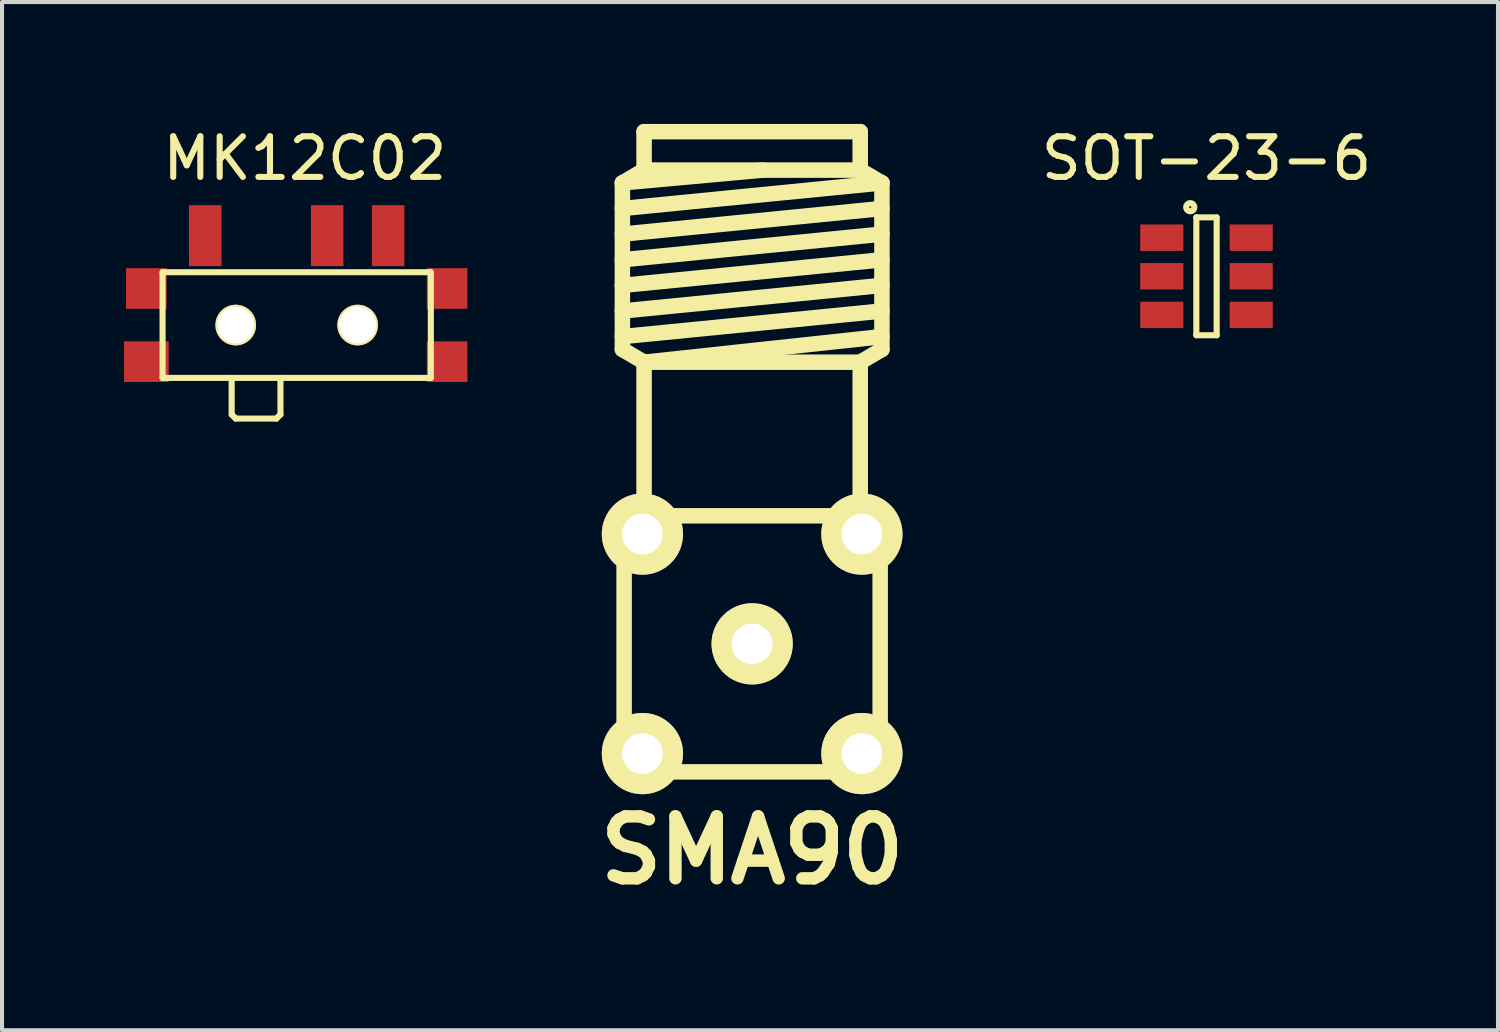
<source format=kicad_pcb>
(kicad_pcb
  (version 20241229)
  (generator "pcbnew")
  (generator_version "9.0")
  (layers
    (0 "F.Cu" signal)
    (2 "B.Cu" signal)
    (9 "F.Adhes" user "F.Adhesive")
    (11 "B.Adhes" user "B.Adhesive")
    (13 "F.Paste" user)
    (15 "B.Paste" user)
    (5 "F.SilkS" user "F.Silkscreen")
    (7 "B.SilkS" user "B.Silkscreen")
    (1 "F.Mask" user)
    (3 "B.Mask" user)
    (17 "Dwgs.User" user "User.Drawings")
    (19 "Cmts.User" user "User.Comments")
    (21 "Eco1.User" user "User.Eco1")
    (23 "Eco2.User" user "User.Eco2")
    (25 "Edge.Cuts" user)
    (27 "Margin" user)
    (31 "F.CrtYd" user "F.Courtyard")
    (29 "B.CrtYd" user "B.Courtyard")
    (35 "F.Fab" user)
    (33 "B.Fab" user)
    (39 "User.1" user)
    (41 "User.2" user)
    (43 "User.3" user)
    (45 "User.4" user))
  (footprint "MK12C02"
    (layer "F.Cu")
    (at 4.25 4.948)
    (property "Reference" "MK12C02" (at 0.2 -4.1 0) (layer "F.SilkS") (effects (font (size 1 1) (thickness 0.15))))
    (attr through_hole)
    (fp_line (start -3.3 -1.3) (end 3.3 -1.3) (stroke (width 0.15) (type solid)) (layer "F.SilkS"))
    (fp_line (start -3.3 1.3) (end -3.3 -1.3) (stroke (width 0.15) (type solid)) (layer "F.SilkS"))
    (fp_line (start -3.2 1.3) (end -3.3 1.3) (stroke (width 0.15) (type solid)) (layer "F.SilkS"))
    (fp_line (start -1.6 1.3) (end -1.6 2.2) (stroke (width 0.15) (type solid)) (layer "F.SilkS"))
    (fp_line (start -1.6 2.2) (end -1.5 2.3) (stroke (width 0.15) (type solid)) (layer "F.SilkS"))
    (fp_line (start -1.5 2.3) (end -0.5 2.3) (stroke (width 0.15) (type solid)) (layer "F.SilkS"))
    (fp_line (start -0.5 2.3) (end -0.4 2.2) (stroke (width 0.15) (type solid)) (layer "F.SilkS"))
    (fp_line (start -0.4 2.2) (end -0.4 1.3) (stroke (width 0.15) (type solid)) (layer "F.SilkS"))
    (fp_line (start 3.3 -1.3) (end 3.3 1.3) (stroke (width 0.15) (type solid)) (layer "F.SilkS"))
    (fp_line (start 3.3 1.3) (end -3.2 1.3) (stroke (width 0.15) (type solid)) (layer "F.SilkS"))
    (pad "1" smd rect (at -2.25 -2.2) (size 0.8 1.5) (layers "F.Cu" "F.Mask" "F.Paste"))
    (pad "2" smd rect (at 0.75 -2.2) (size 0.8 1.5) (layers "F.Cu" "F.Mask" "F.Paste"))
    (pad "3" smd rect (at 2.25 -2.2) (size 0.8 1.5) (layers "F.Cu" "F.Mask" "F.Paste"))
    (pad "4" smd rect (at -3.7 -0.9) (size 1 1) (layers "F.Cu" "F.Mask" "F.Paste"))
    (pad "5" smd rect (at 3.7 -0.9) (size 1 1) (layers "F.Cu" "F.Mask" "F.Paste"))
    (pad "6" smd rect (at -3.7 0.9) (size 1.1 1) (layers "F.Cu" "F.Mask" "F.Paste"))
    (pad "7" smd rect (at 3.7 0.9) (size 1 1) (layers "F.Cu" "F.Mask" "F.Paste"))
    (pad "8" thru_hole circle (at -1.5 0) (size 1 1) (drill 0.9) (layers "*.Cu" "*.Mask" "F.SilkS"))
    (pad "9" thru_hole circle (at 1.5 0) (size 1 1) (drill 0.9) (layers "*.Cu" "*.Mask" "F.SilkS")))
  (footprint "SOT-23-6"
    (layer "F.Cu")
    (at 26.635 3.748)
    (property "Reference" "SOT-23-6" (at 0 -2.9 0) (layer "F.SilkS") (effects (font (size 1 1) (thickness 0.15))))
    (attr smd)
    (fp_line (start -0.25 -1.45) (end -0.25 1.45) (stroke (width 0.15) (type solid)) (layer "F.SilkS"))
    (fp_line (start -0.25 1.45) (end 0.25 1.45) (stroke (width 0.15) (type solid)) (layer "F.SilkS"))
    (fp_line (start 0.25 -1.45) (end -0.25 -1.45) (stroke (width 0.15) (type solid)) (layer "F.SilkS"))
    (fp_line (start 0.25 1.45) (end 0.25 -1.45) (stroke (width 0.15) (type solid)) (layer "F.SilkS"))
    (fp_circle (center -0.4 -1.7) (end -0.3 -1.7) (stroke (width 0.15) (type solid)) (fill no) (layer "F.SilkS"))
    (pad "1" smd rect (at -1.1 -0.95) (size 1.06 0.65) (layers "F.Cu" "F.Mask" "F.Paste"))
    (pad "2" smd rect (at -1.1 0) (size 1.06 0.65) (layers "F.Cu" "F.Mask" "F.Paste"))
    (pad "3" smd rect (at -1.1 0.95) (size 1.06 0.65) (layers "F.Cu" "F.Mask" "F.Paste"))
    (pad "4" smd rect (at 1.1 0.95) (size 1.06 0.65) (layers "F.Cu" "F.Mask" "F.Paste"))
    (pad "5" smd rect (at 1.1 0) (size 1.06 0.65) (layers "F.Cu" "F.Mask" "F.Paste"))
    (pad "6" smd rect (at 1.1 -0.95) (size 1.06 0.65) (layers "F.Cu" "F.Mask" "F.Paste")))
  (footprint "SMA90"
    (layer "F.Cu")
    (at 15.456 12.791)
    (property "Reference" "SMA90" (at 0 5.08 0) (layer "F.SilkS") (effects (font (size 1.524 1.524) (thickness 0.305))))
    (attr through_hole)
    (fp_line (start -3.193 -11.341) (end -2.659 -11.656) (stroke (width 0.381) (type solid)) (layer "F.SilkS"))
    (fp_line (start -3.193 -11.341) (end 0.267 -11.656) (stroke (width 0.381) (type solid)) (layer "F.SilkS"))
    (fp_line (start -3.193 -10.711) (end 3.193 -11.341) (stroke (width 0.381) (type solid)) (layer "F.SilkS"))
    (fp_line (start -3.193 -10.081) (end 3.193 -10.711) (stroke (width 0.381) (type solid)) (layer "F.SilkS"))
    (fp_line (start -3.193 -9.449) (end 3.193 -10.081) (stroke (width 0.381) (type solid)) (layer "F.SilkS"))
    (fp_line (start -3.193 -8.819) (end 3.193 -9.449) (stroke (width 0.381) (type solid)) (layer "F.SilkS"))
    (fp_line (start -3.193 -8.189) (end 3.193 -8.819) (stroke (width 0.381) (type solid)) (layer "F.SilkS"))
    (fp_line (start -3.193 -7.559) (end 3.193 -8.189) (stroke (width 0.381) (type solid)) (layer "F.SilkS"))
    (fp_line (start -3.193 -7.244) (end -3.193 -11.341) (stroke (width 0.381) (type solid)) (layer "F.SilkS"))
    (fp_line (start -3.15 -3.15) (end 3.15 -3.15) (stroke (width 0.381) (type solid)) (layer "F.SilkS"))
    (fp_line (start -3.15 3.15) (end -3.15 -3.15) (stroke (width 0.381) (type solid)) (layer "F.SilkS"))
    (fp_line (start -2.659 -11.656) (end -2.659 -12.601) (stroke (width 0.381) (type solid)) (layer "F.SilkS"))
    (fp_line (start -2.659 -11.656) (end 2.659 -11.656) (stroke (width 0.381) (type solid)) (layer "F.SilkS"))
    (fp_line (start -2.659 -6.929) (end -3.193 -7.244) (stroke (width 0.381) (type solid)) (layer "F.SilkS"))
    (fp_line (start -2.659 -3.15) (end -2.659 -6.929) (stroke (width 0.381) (type solid)) (layer "F.SilkS"))
    (fp_line (start 2.659 -12.601) (end -2.659 -12.601) (stroke (width 0.381) (type solid)) (layer "F.SilkS"))
    (fp_line (start 2.659 -11.656) (end 2.659 -12.601) (stroke (width 0.381) (type solid)) (layer "F.SilkS"))
    (fp_line (start 2.659 -11.656) (end 3.193 -11.341) (stroke (width 0.381) (type solid)) (layer "F.SilkS"))
    (fp_line (start 2.659 -6.929) (end -2.659 -6.929) (stroke (width 0.381) (type solid)) (layer "F.SilkS"))
    (fp_line (start 2.659 -3.15) (end 2.659 -6.929) (stroke (width 0.381) (type solid)) (layer "F.SilkS"))
    (fp_line (start 3.15 -3.15) (end 3.15 3.15) (stroke (width 0.381) (type solid)) (layer "F.SilkS"))
    (fp_line (start 3.15 3.15) (end -3.15 3.15) (stroke (width 0.381) (type solid)) (layer "F.SilkS"))
    (fp_line (start 3.193 -11.341) (end 3.193 -7.244) (stroke (width 0.381) (type solid)) (layer "F.SilkS"))
    (fp_line (start 3.193 -7.559) (end -2.659 -6.929) (stroke (width 0.381) (type solid)) (layer "F.SilkS"))
    (fp_line (start 3.193 -7.244) (end 2.659 -6.929) (stroke (width 0.381) (type solid)) (layer "F.SilkS"))
    (pad "1" thru_hole circle (at 0 0) (size 1.999 1.999) (drill 1.001) (layers "*.Cu" "*.Mask" "F.SilkS"))
    (pad "2" thru_hole circle (at -2.7 -2.7) (size 1.999 1.999) (drill 1.001) (layers "*.Cu" "*.Mask" "F.SilkS"))
    (pad "3" thru_hole circle (at 2.7 -2.7) (size 1.999 1.999) (drill 1.001) (layers "*.Cu" "*.Mask" "F.SilkS"))
    (pad "4" thru_hole circle (at 2.7 2.7) (size 1.999 1.999) (drill 1.001) (layers "*.Cu" "*.Mask" "F.SilkS"))
    (pad "5" thru_hole circle (at -2.7 2.7) (size 1.999 1.999) (drill 1.001) (layers "*.Cu" "*.Mask" "F.SilkS")))
  (gr_rect
    (start -3 -3)
    (end 33.807 22.298)
    (stroke (width 0.1) (type default))
    (fill no)
    (layer "Edge.Cuts")))
</source>
